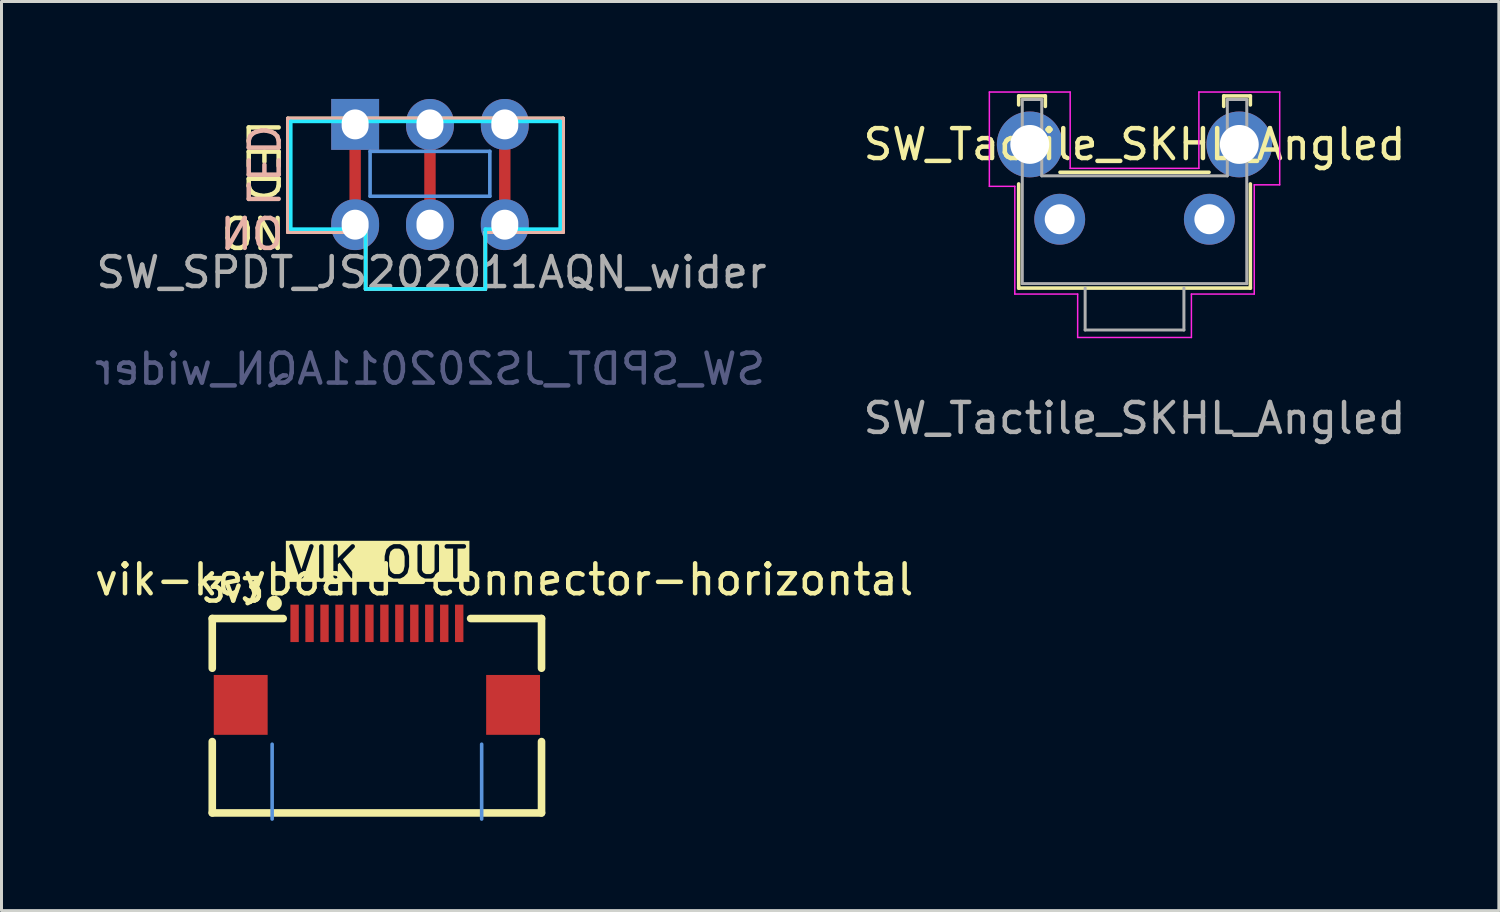
<source format=kicad_pcb>
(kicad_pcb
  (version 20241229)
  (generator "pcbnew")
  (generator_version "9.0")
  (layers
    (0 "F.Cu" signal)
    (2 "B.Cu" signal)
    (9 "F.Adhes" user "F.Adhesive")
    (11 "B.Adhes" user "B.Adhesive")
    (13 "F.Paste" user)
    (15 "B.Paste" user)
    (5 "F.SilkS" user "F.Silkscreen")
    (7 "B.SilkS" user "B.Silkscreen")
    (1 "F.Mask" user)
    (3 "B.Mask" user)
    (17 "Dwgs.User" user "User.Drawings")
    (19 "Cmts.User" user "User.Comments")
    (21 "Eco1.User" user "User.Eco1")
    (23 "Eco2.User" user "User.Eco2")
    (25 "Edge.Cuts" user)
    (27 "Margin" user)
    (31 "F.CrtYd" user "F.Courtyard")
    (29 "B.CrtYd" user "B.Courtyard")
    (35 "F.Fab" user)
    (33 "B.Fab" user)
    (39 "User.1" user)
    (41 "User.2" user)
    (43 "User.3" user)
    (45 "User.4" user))
  (footprint "vik-keyboard-connector-horizontal"
    (layer "F.Cu")
    (at 9.542 19.814)
    (property "Reference" "vik-keyboard-connector-horizontal" (at 4.25 -3.5 0) (unlocked yes) (layer "F.SilkS") (effects (font (size 1 1) (thickness 0.15))))
    (attr smd)
    (fp_line (start -5.5 -2.2) (end -3.131 -2.2) (stroke (width 0.254) (type solid)) (layer "F.SilkS"))
    (fp_line (start -5.5 -0.539) (end -5.5 -2.2) (stroke (width 0.254) (type solid)) (layer "F.SilkS"))
    (fp_line (start -5.5 4.295) (end -5.5 1.912) (stroke (width 0.254) (type solid)) (layer "F.SilkS"))
    (fp_line (start 5.5 -2.2) (end 3.131 -2.2) (stroke (width 0.254) (type solid)) (layer "F.SilkS"))
    (fp_line (start 5.5 -0.539) (end 5.5 -2.2) (stroke (width 0.254) (type solid)) (layer "F.SilkS"))
    (fp_line (start 5.5 4.295) (end -5.5 4.295) (stroke (width 0.254) (type solid)) (layer "F.SilkS"))
    (fp_line (start 5.5 4.295) (end 5.5 1.912) (stroke (width 0.254) (type solid)) (layer "F.SilkS"))
    (fp_circle (center -3.429 -2.708) (end -3.302 -2.708) (stroke (width 0.254) (type solid)) (fill no) (layer "F.SilkS"))
    (fp_line (start -3.5 2) (end -3.5 4.5) (stroke (width 0.12) (type default)) (layer "Cmts.User"))
    (fp_line (start 3.5 2) (end 3.5 4.5) (stroke (width 0.12) (type default)) (layer "Cmts.User"))
    (fp_text user "VIK OUT" (at -3.05 -3.48 0) (unlocked yes) (layer "F.SilkS" knockout) (effects (font (size 1 1) (thickness 0.15)) (justify left bottom)))
    (fp_text user "3v3" (at -5.9 -2.7 0) (unlocked yes) (layer "F.SilkS") (effects (font (size 0.75 0.75) (thickness 0.15)) (justify left bottom)))
    (fp_text user "C479750" (at 0 0.75 0) (layer "User.2") (effects (font (size 1 1) (thickness 0.15))))
    (pad "" smd rect (at -4.55 0.686) (size 1.8 2) (layers "F.Cu" "F.Mask" "F.Paste"))
    (pad "" smd rect (at 4.55 0.686) (size 1.8 2) (layers "F.Cu" "F.Mask" "F.Paste"))
    (pad "1" smd rect (at -2.75 -2.038) (size 0.28 1.25) (layers "F.Cu" "F.Mask" "F.Paste"))
    (pad "2" smd rect (at -2.25 -2.038) (size 0.28 1.25) (layers "F.Cu" "F.Mask" "F.Paste"))
    (pad "3" smd rect (at -1.75 -2.038) (size 0.28 1.25) (layers "F.Cu" "F.Mask" "F.Paste"))
    (pad "4" smd rect (at -1.25 -2.038) (size 0.28 1.25) (layers "F.Cu" "F.Mask" "F.Paste"))
    (pad "5" smd rect (at -0.75 -2.038) (size 0.28 1.25) (layers "F.Cu" "F.Mask" "F.Paste"))
    (pad "6" smd rect (at -0.25 -2.038) (size 0.28 1.25) (layers "F.Cu" "F.Mask" "F.Paste"))
    (pad "7" smd rect (at 0.25 -2.038) (size 0.28 1.25) (layers "F.Cu" "F.Mask" "F.Paste"))
    (pad "8" smd rect (at 0.75 -2.038) (size 0.28 1.25) (layers "F.Cu" "F.Mask" "F.Paste"))
    (pad "9" smd rect (at 1.25 -2.038) (size 0.28 1.25) (layers "F.Cu" "F.Mask" "F.Paste"))
    (pad "10" smd rect (at 1.75 -2.038) (size 0.28 1.25) (layers "F.Cu" "F.Mask" "F.Paste"))
    (pad "11" smd rect (at 2.25 -2.038) (size 0.28 1.25) (layers "F.Cu" "F.Mask" "F.Paste"))
    (pad "12" smd rect (at 2.75 -2.038) (size 0.28 1.25) (layers "F.Cu" "F.Mask" "F.Paste")))
  (footprint "SW_Tactile_SKHL_Angled"
    (layer "F.Cu")
    (at 34.854 3.025)
    (property "Reference" "SW_Tactile_SKHL_Angled" (at 0 -1.25 180) (layer "F.SilkS") (effects (font (size 1 1) (thickness 0.15))))
    (attr through_hole)
    (fp_line (start -3.87 -2.87) (end -2.98 -2.87) (stroke (width 0.12) (type solid)) (layer "F.SilkS"))
    (fp_line (start -3.87 -2.57) (end -3.87 -2.87) (stroke (width 0.12) (type solid)) (layer "F.SilkS"))
    (fp_line (start -3.87 0.07) (end -3.87 3.55) (stroke (width 0.12) (type solid)) (layer "F.SilkS"))
    (fp_line (start -3.87 3.55) (end 3.87 3.55) (stroke (width 0.12) (type solid)) (layer "F.SilkS"))
    (fp_line (start -2.98 -2.87) (end -2.98 -2.52) (stroke (width 0.12) (type solid)) (layer "F.SilkS"))
    (fp_line (start 2.49 -0.32) (end -2.49 -0.32) (stroke (width 0.12) (type solid)) (layer "F.SilkS"))
    (fp_line (start 2.98 -2.87) (end 2.98 -2.52) (stroke (width 0.12) (type solid)) (layer "F.SilkS"))
    (fp_line (start 2.98 -2.87) (end 3.87 -2.87) (stroke (width 0.12) (type solid)) (layer "F.SilkS"))
    (fp_line (start 3.87 -2.57) (end 3.87 -2.87) (stroke (width 0.12) (type solid)) (layer "F.SilkS"))
    (fp_line (start 3.87 3.55) (end 3.87 0.07) (stroke (width 0.12) (type solid)) (layer "F.SilkS"))
    (fp_line (start -4.85 -3) (end -4.85 0.15) (stroke (width 0.05) (type solid)) (layer "F.CrtYd"))
    (fp_line (start -4.85 0.15) (end -4 0.15) (stroke (width 0.05) (type solid)) (layer "F.CrtYd"))
    (fp_line (start -4 0.15) (end -4 3.75) (stroke (width 0.05) (type solid)) (layer "F.CrtYd"))
    (fp_line (start -4 3.75) (end -1.9 3.75) (stroke (width 0.05) (type solid)) (layer "F.CrtYd"))
    (fp_line (start -2.15 -3) (end -4.85 -3) (stroke (width 0.05) (type solid)) (layer "F.CrtYd"))
    (fp_line (start -2.15 -0.45) (end -2.15 -3) (stroke (width 0.05) (type solid)) (layer "F.CrtYd"))
    (fp_line (start -1.9 3.75) (end -1.9 5.2) (stroke (width 0.05) (type solid)) (layer "F.CrtYd"))
    (fp_line (start -1.9 5.2) (end 1.9 5.2) (stroke (width 0.05) (type solid)) (layer "F.CrtYd"))
    (fp_line (start 1.9 3.75) (end 4 3.75) (stroke (width 0.05) (type solid)) (layer "F.CrtYd"))
    (fp_line (start 1.9 5.2) (end 1.9 3.75) (stroke (width 0.05) (type solid)) (layer "F.CrtYd"))
    (fp_line (start 2.15 -3) (end 2.15 -0.45) (stroke (width 0.05) (type solid)) (layer "F.CrtYd"))
    (fp_line (start 2.15 -3) (end 4.85 -3) (stroke (width 0.05) (type solid)) (layer "F.CrtYd"))
    (fp_line (start 2.15 -0.45) (end -2.15 -0.45) (stroke (width 0.05) (type solid)) (layer "F.CrtYd"))
    (fp_line (start 4 0.1) (end 4 3.75) (stroke (width 0.05) (type solid)) (layer "F.CrtYd"))
    (fp_line (start 4.85 -3) (end 4.85 0.1) (stroke (width 0.05) (type solid)) (layer "F.CrtYd"))
    (fp_line (start 4.85 0.1) (end 4 0.1) (stroke (width 0.05) (type solid)) (layer "F.CrtYd"))
    (fp_line (start -3.75 -2.75) (end -3.1 -2.75) (stroke (width 0.1) (type solid)) (layer "F.Fab"))
    (fp_line (start -3.75 3.4) (end -3.75 -2.75) (stroke (width 0.1) (type solid)) (layer "F.Fab"))
    (fp_line (start -3.75 3.4) (end 3.75 3.4) (stroke (width 0.1) (type solid)) (layer "F.Fab"))
    (fp_line (start -3.1 -0.2) (end -3.1 -2.75) (stroke (width 0.1) (type solid)) (layer "F.Fab"))
    (fp_line (start -3.1 -0.2) (end 3.1 -0.2) (stroke (width 0.1) (type solid)) (layer "F.Fab"))
    (fp_line (start -1.65 3.55) (end -1.65 4.95) (stroke (width 0.1) (type solid)) (layer "F.Fab"))
    (fp_line (start 1.65 3.55) (end 1.65 4.95) (stroke (width 0.1) (type solid)) (layer "F.Fab"))
    (fp_line (start 1.65 4.95) (end -1.65 4.95) (stroke (width 0.1) (type solid)) (layer "F.Fab"))
    (fp_line (start 3.1 -2.75) (end 3.75 -2.75) (stroke (width 0.1) (type solid)) (layer "F.Fab"))
    (fp_line (start 3.1 -0.2) (end 3.1 -2.75) (stroke (width 0.1) (type solid)) (layer "F.Fab"))
    (fp_line (start 3.75 -2.75) (end 3.75 3.4) (stroke (width 0.1) (type solid)) (layer "F.Fab"))
    (fp_text user "${REFERENCE}" (at 0 7.9 180) (layer "F.Fab") (effects (font (size 1 1) (thickness 0.15))))
    (pad "" thru_hole circle (at -3.5 -1.25) (size 2.2 2.2) (drill 1.3) (layers "*.Cu" "*.Mask"))
    (pad "" thru_hole circle (at 3.5 -1.25) (size 2.2 2.2) (drill 1.3) (layers "*.Cu" "*.Mask"))
    (pad "1" thru_hole circle (at -2.5 1.25) (size 1.7 1.7) (drill 1) (layers "*.Cu" "*.Mask"))
    (pad "2" thru_hole circle (at 2.5 1.25) (size 1.7 1.7) (drill 1) (layers "*.Cu" "*.Mask")))
  (footprint "SW_SPDT_JS202011AQN_wider"
    (layer "F.Cu")
    (at 11.315 2.776)
    (property "Reference" "SW_SPDT_JS202011AQN_wider" (at 0.05 3.275 0) (layer "F.Fab") (effects (font (size 1 1) (thickness 0.15))))
    (attr through_hole)
    (fp_line (start -4.75 -1.87) (end 4.45 -1.87) (stroke (width 0.12) (type solid)) (layer "F.SilkS"))
    (fp_line (start -4.75 1.93) (end -4.75 -1.87) (stroke (width 0.12) (type solid)) (layer "F.SilkS"))
    (fp_line (start -2.15 1.93) (end -4.75 1.93) (stroke (width 0.12) (type solid)) (layer "F.SilkS"))
    (fp_line (start -2.15 3.83) (end -2.15 1.93) (stroke (width 0.12) (type solid)) (layer "F.SilkS"))
    (fp_line (start 1.85 1.93) (end 1.85 3.83) (stroke (width 0.12) (type solid)) (layer "F.SilkS"))
    (fp_line (start 1.85 3.83) (end -2.15 3.83) (stroke (width 0.12) (type solid)) (layer "F.SilkS"))
    (fp_line (start 4.45 -1.87) (end 4.45 1.93) (stroke (width 0.12) (type solid)) (layer "F.SilkS"))
    (fp_line (start 4.45 1.93) (end 1.85 1.93) (stroke (width 0.12) (type solid)) (layer "F.SilkS"))
    (fp_line (start -4.75 -1.87) (end -4.75 1.93) (stroke (width 0.12) (type solid)) (layer "B.SilkS"))
    (fp_line (start -4.75 1.93) (end -2.15 1.93) (stroke (width 0.12) (type solid)) (layer "B.SilkS"))
    (fp_line (start -2.15 1.93) (end -2.15 3.83) (stroke (width 0.12) (type solid)) (layer "B.SilkS"))
    (fp_line (start -2.15 3.83) (end 1.85 3.83) (stroke (width 0.12) (type solid)) (layer "B.SilkS"))
    (fp_line (start 1.85 1.93) (end 4.45 1.93) (stroke (width 0.12) (type solid)) (layer "B.SilkS"))
    (fp_line (start 1.85 3.83) (end 1.85 1.93) (stroke (width 0.12) (type solid)) (layer "B.SilkS"))
    (fp_line (start 4.45 -1.87) (end -4.75 -1.87) (stroke (width 0.12) (type solid)) (layer "B.SilkS"))
    (fp_line (start 4.45 1.93) (end 4.45 -1.87) (stroke (width 0.12) (type solid)) (layer "B.SilkS"))
    (fp_line (start -3.496 -1.124) (end -3.496 -2.216) (stroke (width 0.12) (type solid)) (layer "B.Adhes"))
    (fp_line (start -2.996 -2.716) (end -2.004 -2.716) (stroke (width 0.12) (type solid)) (layer "B.Adhes"))
    (fp_line (start -2.004 -0.624) (end -2.996 -0.624) (stroke (width 0.12) (type solid)) (layer "B.Adhes"))
    (fp_line (start -1.504 -2.216) (end -1.504 -1.124) (stroke (width 0.12) (type solid)) (layer "B.Adhes"))
    (fp_arc (start -3.496447 -2.216447) (mid -3.35 -2.57) (end -2.996447 -2.716447) (stroke (width 0.12) (type solid)) (layer "B.Adhes"))
    (fp_arc (start -2.996447 -0.623553) (mid -3.35 -0.77) (end -3.496447 -1.123553) (stroke (width 0.12) (type solid)) (layer "B.Adhes"))
    (fp_arc (start -2.003554 -2.716446) (mid -1.649999 -2.570001) (end -1.503554 -2.216446) (stroke (width 0.12) (type solid)) (layer "B.Adhes"))
    (fp_arc (start -1.503553 -1.123553) (mid -1.65 -0.77) (end -2.003553 -0.623553) (stroke (width 0.12) (type solid)) (layer "B.Adhes"))
    (fp_line (start -2 -0.77) (end -2 0.73) (stroke (width 0.12) (type solid)) (layer "Cmts.User"))
    (fp_line (start -2 0.73) (end 2 0.73) (stroke (width 0.12) (type solid)) (layer "Cmts.User"))
    (fp_line (start 2 -0.77) (end -2 -0.77) (stroke (width 0.12) (type solid)) (layer "Cmts.User"))
    (fp_line (start 2 0.73) (end 2 -0.77) (stroke (width 0.12) (type solid)) (layer "Cmts.User"))
    (fp_line (start -4.65 -1.77) (end -4.65 1.83) (stroke (width 0.12) (type solid)) (layer "B.CrtYd"))
    (fp_line (start -4.65 1.83) (end -2.15 1.83) (stroke (width 0.12) (type solid)) (layer "B.CrtYd"))
    (fp_line (start -2.15 1.83) (end -2.15 3.83) (stroke (width 0.12) (type solid)) (layer "B.CrtYd"))
    (fp_line (start -2.15 3.83) (end 1.85 3.83) (stroke (width 0.12) (type solid)) (layer "B.CrtYd"))
    (fp_line (start 1.85 1.83) (end 4.35 1.83) (stroke (width 0.12) (type solid)) (layer "B.CrtYd"))
    (fp_line (start 1.85 3.83) (end 1.85 1.83) (stroke (width 0.12) (type solid)) (layer "B.CrtYd"))
    (fp_line (start 4.35 -1.77) (end -4.65 -1.77) (stroke (width 0.12) (type solid)) (layer "B.CrtYd"))
    (fp_line (start 4.35 1.83) (end 4.35 -1.77) (stroke (width 0.12) (type solid)) (layer "B.CrtYd"))
    (fp_line (start -4.65 -1.77) (end 4.35 -1.77) (stroke (width 0.05) (type solid)) (layer "F.CrtYd"))
    (fp_line (start -4.65 1.83) (end -4.65 -1.77) (stroke (width 0.05) (type solid)) (layer "F.CrtYd"))
    (fp_line (start -2.15 1.83) (end -4.65 1.83) (stroke (width 0.05) (type solid)) (layer "F.CrtYd"))
    (fp_line (start -2.15 3.83) (end -2.15 1.83) (stroke (width 0.05) (type solid)) (layer "F.CrtYd"))
    (fp_line (start 1.85 1.83) (end 1.85 3.83) (stroke (width 0.05) (type solid)) (layer "F.CrtYd"))
    (fp_line (start 1.85 3.83) (end -2.15 3.83) (stroke (width 0.05) (type solid)) (layer "F.CrtYd"))
    (fp_line (start 4.35 -1.77) (end 4.35 1.83) (stroke (width 0.05) (type solid)) (layer "F.CrtYd"))
    (fp_line (start 4.35 1.83) (end 1.85 1.83) (stroke (width 0.05) (type solid)) (layer "F.CrtYd"))
    (fp_text user "LED" (at -5.6 -0.45 270) (unlocked yes) (layer "F.SilkS") (effects (font (size 1 1) (thickness 0.15))))
    (fp_text user "ON" (at -5.9 2 0) (layer "F.SilkS") (effects (font (size 1 1) (thickness 0.15))))
    (fp_text user "ON" (at -5.95 2 0) (layer "B.SilkS") (effects (font (size 1 1) (thickness 0.15)) (justify mirror)))
    (fp_text user "LED" (at -5.6 -0.3 270) (unlocked yes) (layer "B.SilkS") (effects (font (size 1 1) (thickness 0.15)) (justify mirror)))
    (fp_text user "${REFERENCE}" (at 0 6.5 0) (layer "B.Fab") (effects (font (size 1 1) (thickness 0.15)) (justify mirror)))
    (pad "" smd rect (at -2.5 -1.67) (size 1.7 1.8) (layers "B.Adhes"))
    (pad "" smd oval (at -2.5 1.68) (size 1.7 1.8) (layers "B.Adhes"))
    (pad "" smd oval (at 0 -1.67) (size 1.7 1.8) (layers "B.Adhes"))
    (pad "" smd oval (at 0 1.68) (size 1.7 1.8) (layers "B.Adhes"))
    (pad "" smd oval (at 2.5 -1.67) (size 1.7 1.8) (layers "B.Adhes"))
    (pad "" smd oval (at 2.5 1.68) (size 1.7 1.8) (layers "B.Adhes"))
    (pad "1" thru_hole rect (at -2.5 -1.67) (size 1.6 1.7) (drill oval 0.9 1) (layers "*.Cu" "*.Mask"))
    (pad "1" connect custom (at -2.5 1.68) (size 1 1) (layers "F.Cu") (options (anchor circle)) (primitives (gr_line (start 0 -3.35) (end 0 0) (width 0.381))))
    (pad "1" thru_hole oval (at -2.5 1.68) (size 1.6 1.7) (drill oval 0.9 1) (layers "*.Cu" "*.Mask"))
    (pad "2" thru_hole oval (at 0 -1.67) (size 1.6 1.7) (drill oval 0.9 1) (layers "*.Cu" "*.Mask"))
    (pad "2" connect custom (at 0 1.68) (size 1 1) (layers "F.Cu") (options (anchor circle)) (primitives (gr_line (start 0 -3.35) (end 0 0) (width 0.381))))
    (pad "2" thru_hole oval (at 0 1.68) (size 1.6 1.7) (drill oval 0.9 1) (layers "*.Cu" "*.Mask"))
    (pad "3" thru_hole oval (at 2.5 -1.67) (size 1.6 1.7) (drill oval 0.9 1) (layers "*.Cu" "*.Mask"))
    (pad "3" connect custom (at 2.5 1.68) (size 1 1) (layers "F.Cu") (options (anchor circle)) (primitives (gr_line (start 0 -3.35) (end 0 0) (width 0.381))))
    (pad "3" thru_hole oval (at 2.5 1.68) (size 1.6 1.7) (drill oval 0.9 1) (layers "*.Cu" "*.Mask")))
  (gr_rect
    (start -3 -3)
    (end 47.026 27.374)
    (stroke (width 0.1) (type default))
    (fill no)
    (layer "Edge.Cuts")))
</source>
